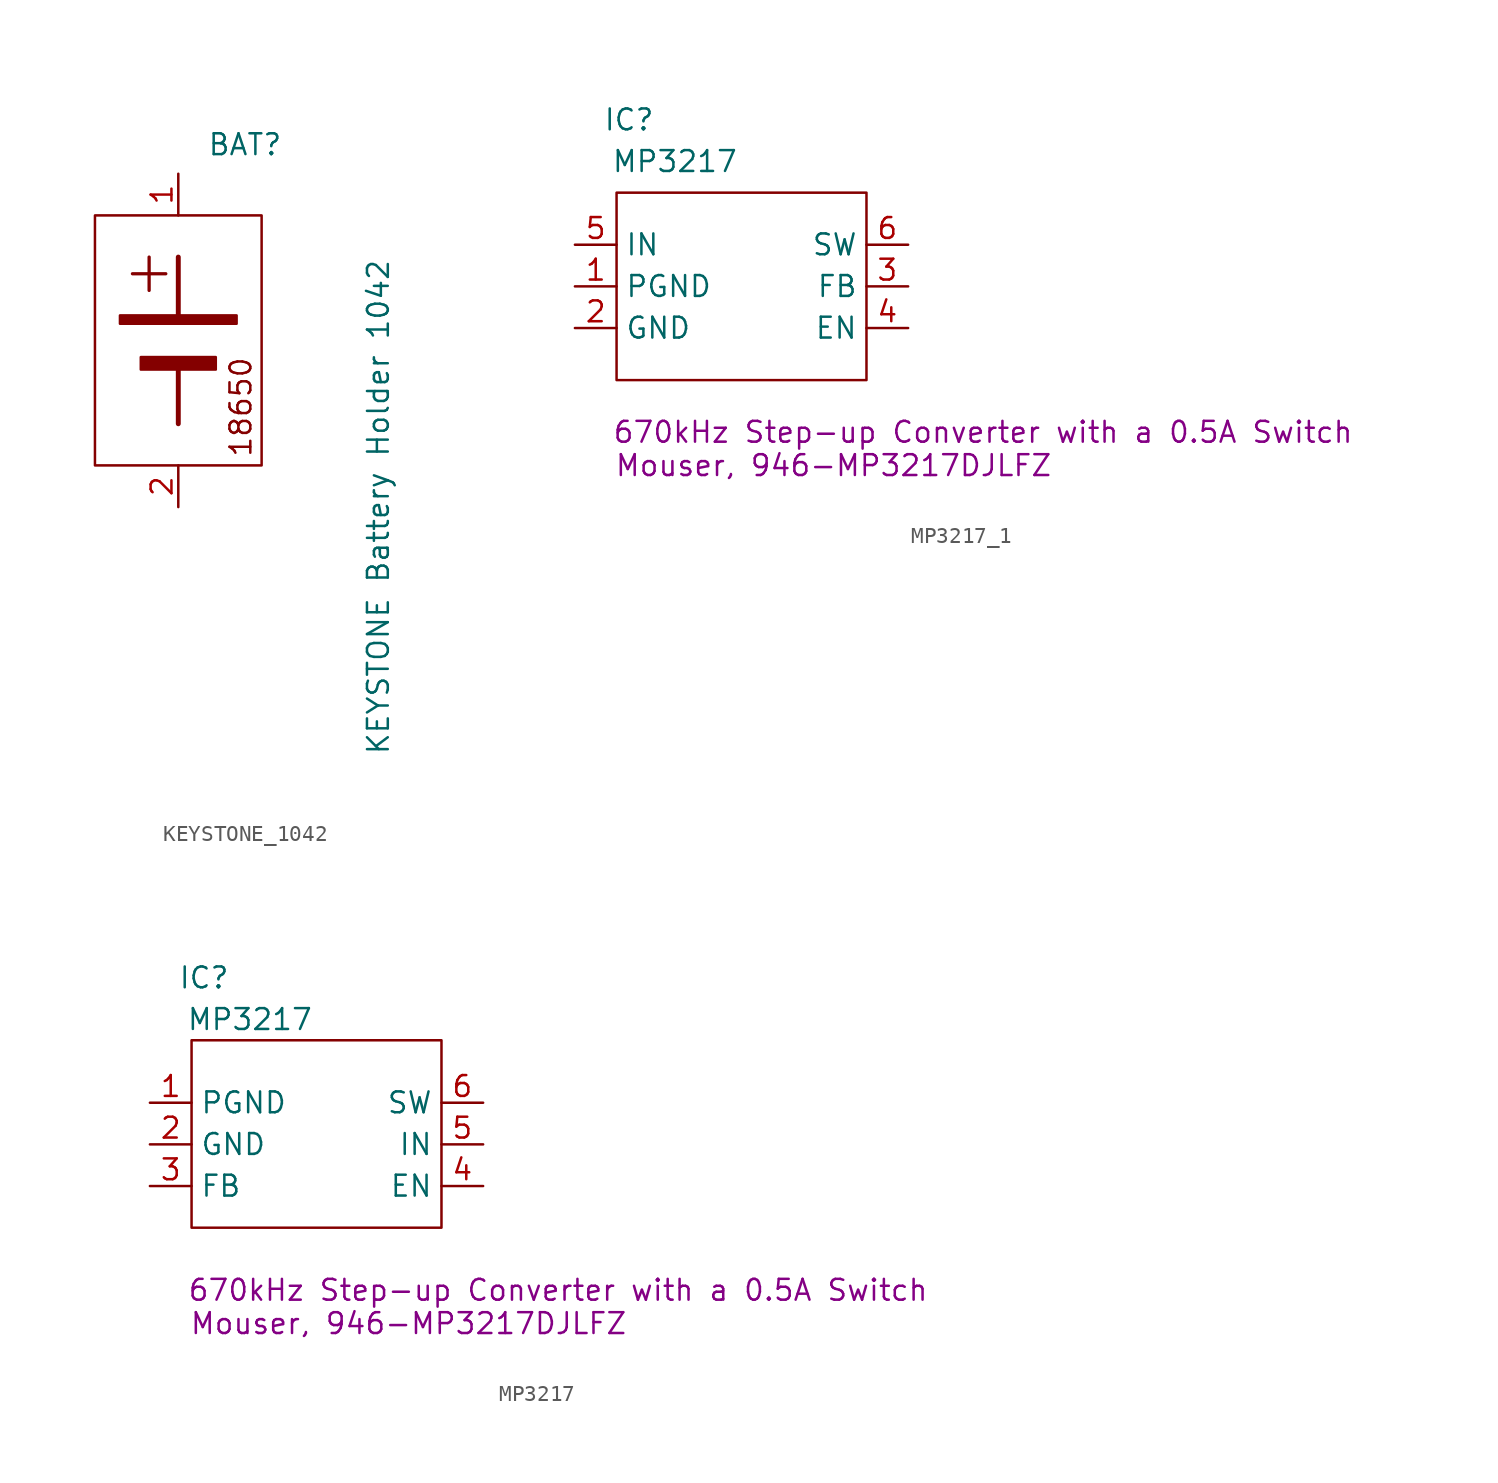
<source format=kicad_sym>
(kicad_symbol_lib
  (version 20231120)
  (generator "kicad_symbol_editor")
  (generator_version "8.0")
  (symbol "KEYSTONE_1042"
    (pin_names hide)
    (property "Reference" "BAT"
      (at 4.064 11.938 0)
      (effects (font (size 1.27 1.27))))
    (property "Value" "KEYSTONE Battery Holder 1042"
      (at 12.192 -10.16 90)
      (effects (font (size 1.27 1.27))))
    (symbol "KEYSTONE_1042_0_1"
      (rectangle (start -5.08 7.62) (end 5.08 -7.62) (stroke (width 0) (type default)) (fill (type none)))
      (rectangle (start -3.556 1.524) (end 3.556 1.016) (stroke (width 0) (type default)) (fill (type outline)))
      (rectangle (start -2.286 -1.016) (end 2.286 -1.778) (stroke (width 0) (type default)) (fill (type outline)))
      (polyline (pts (xy -2.794 4.064) (xy -0.762 4.064)) (stroke (width 0.2) (type default)) (fill (type none)))
      (polyline (pts (xy -1.778 5.08) (xy -1.778 3.048)) (stroke (width 0.2) (type default)) (fill (type none)))
      (polyline (pts (xy 0 -5.08) (xy 0 -1.27)) (stroke (width 0.3) (type default)) (fill (type none)))
      (polyline (pts (xy 0 5.08) (xy 0 1.27)) (stroke (width 0.3) (type default)) (fill (type none))))
    (symbol "KEYSTONE_1042_1_1"
      (text "18650" (at 3.81 -4.064 900) (effects (font (size 1.27 1.27))))
      (pin power_in line (at 0 10.16 270) (length 2.54) (name "+" (effects (font (size 1.27 1.27)))) (number "1" (effects (font (size 1.27 1.27)))))
      (pin power_in line (at 0 -10.16 90) (length 2.54) (name "-" (effects (font (size 1.27 1.27)))) (number "2" (effects (font (size 1.27 1.27)))))))
  (symbol "MP3217_1"
    (property "Reference" "IC"
      (at -6.858 10.16 0)
      (effects (font (size 1.27 1.27))))
    (property "Value" "MP3217"
      (at -4.064 7.62 0)
      (effects (font (size 1.27 1.27))))
    (property "Description" "670kHz Step-up Converter with a 0.5A Switch"
      (at 14.732 -8.89 0)
      (effects (font (size 1.27 1.27))))
    (property "Supplier1" "Mouser, 946-MP3217DJLFZ "
      (at 6.096 -10.922 0)
      (effects (font (size 1.27 1.27))))
    (symbol "MP3217_1_1_1"
      (rectangle (start -7.62 5.715) (end 7.62 -5.715) (stroke (width 0) (type default)) (fill (type none)))
      (pin power_in line (at -10.16 0 0) (length 2.54) (name "PGND" (effects (font (size 1.27 1.27)))) (number "1" (effects (font (size 1.27 1.27)))))
      (pin power_in line (at -10.16 -2.54 0) (length 2.54) (name "GND" (effects (font (size 1.27 1.27)))) (number "2" (effects (font (size 1.27 1.27)))))
      (pin input line (at 10.16 0 180) (length 2.54) (name "FB" (effects (font (size 1.27 1.27)))) (number "3" (effects (font (size 1.27 1.27)))))
      (pin input line (at 10.16 -2.54 180) (length 2.54) (name "EN" (effects (font (size 1.27 1.27)))) (number "4" (effects (font (size 1.27 1.27)))))
      (pin power_in line (at -10.16 2.54 0) (length 2.54) (name "IN" (effects (font (size 1.27 1.27)))) (number "5" (effects (font (size 1.27 1.27)))))
      (pin output line (at 10.16 2.54 180) (length 2.54) (name "SW" (effects (font (size 1.27 1.27)))) (number "6" (effects (font (size 1.27 1.27)))))))
  (symbol "MP3217"
    (property "Reference" "IC"
      (at -6.858 10.16 0)
      (effects (font (size 1.27 1.27))))
    (property "Value" "MP3217"
      (at -4.064 7.62 0)
      (effects (font (size 1.27 1.27))))
    (property "Description" "670kHz Step-up Converter with a 0.5A Switch"
      (at 14.732 -8.89 0)
      (effects (font (size 1.27 1.27))))
    (property "Supplier1" "Mouser, 946-MP3217DJLFZ "
      (at 6.096 -10.922 0)
      (effects (font (size 1.27 1.27))))
    (symbol "MP3217_1_1"
      (rectangle (start -7.62 6.35) (end 7.62 -5.08) (stroke (width 0) (type default)) (fill (type none)))
      (pin power_in line (at -10.16 2.54 0) (length 2.54) (name "PGND" (effects (font (size 1.27 1.27)))) (number "1" (effects (font (size 1.27 1.27)))))
      (pin power_in line (at -10.16 0 0) (length 2.54) (name "GND" (effects (font (size 1.27 1.27)))) (number "2" (effects (font (size 1.27 1.27)))))
      (pin input line (at -10.16 -2.54 0) (length 2.54) (name "FB" (effects (font (size 1.27 1.27)))) (number "3" (effects (font (size 1.27 1.27)))))
      (pin input line (at 10.16 -2.54 180) (length 2.54) (name "EN" (effects (font (size 1.27 1.27)))) (number "4" (effects (font (size 1.27 1.27)))))
      (pin power_in line (at 10.16 0 180) (length 2.54) (name "IN" (effects (font (size 1.27 1.27)))) (number "5" (effects (font (size 1.27 1.27)))))
      (pin output line (at 10.16 2.54 180) (length 2.54) (name "SW" (effects (font (size 1.27 1.27)))) (number "6" (effects (font (size 1.27 1.27))))))))
</source>
